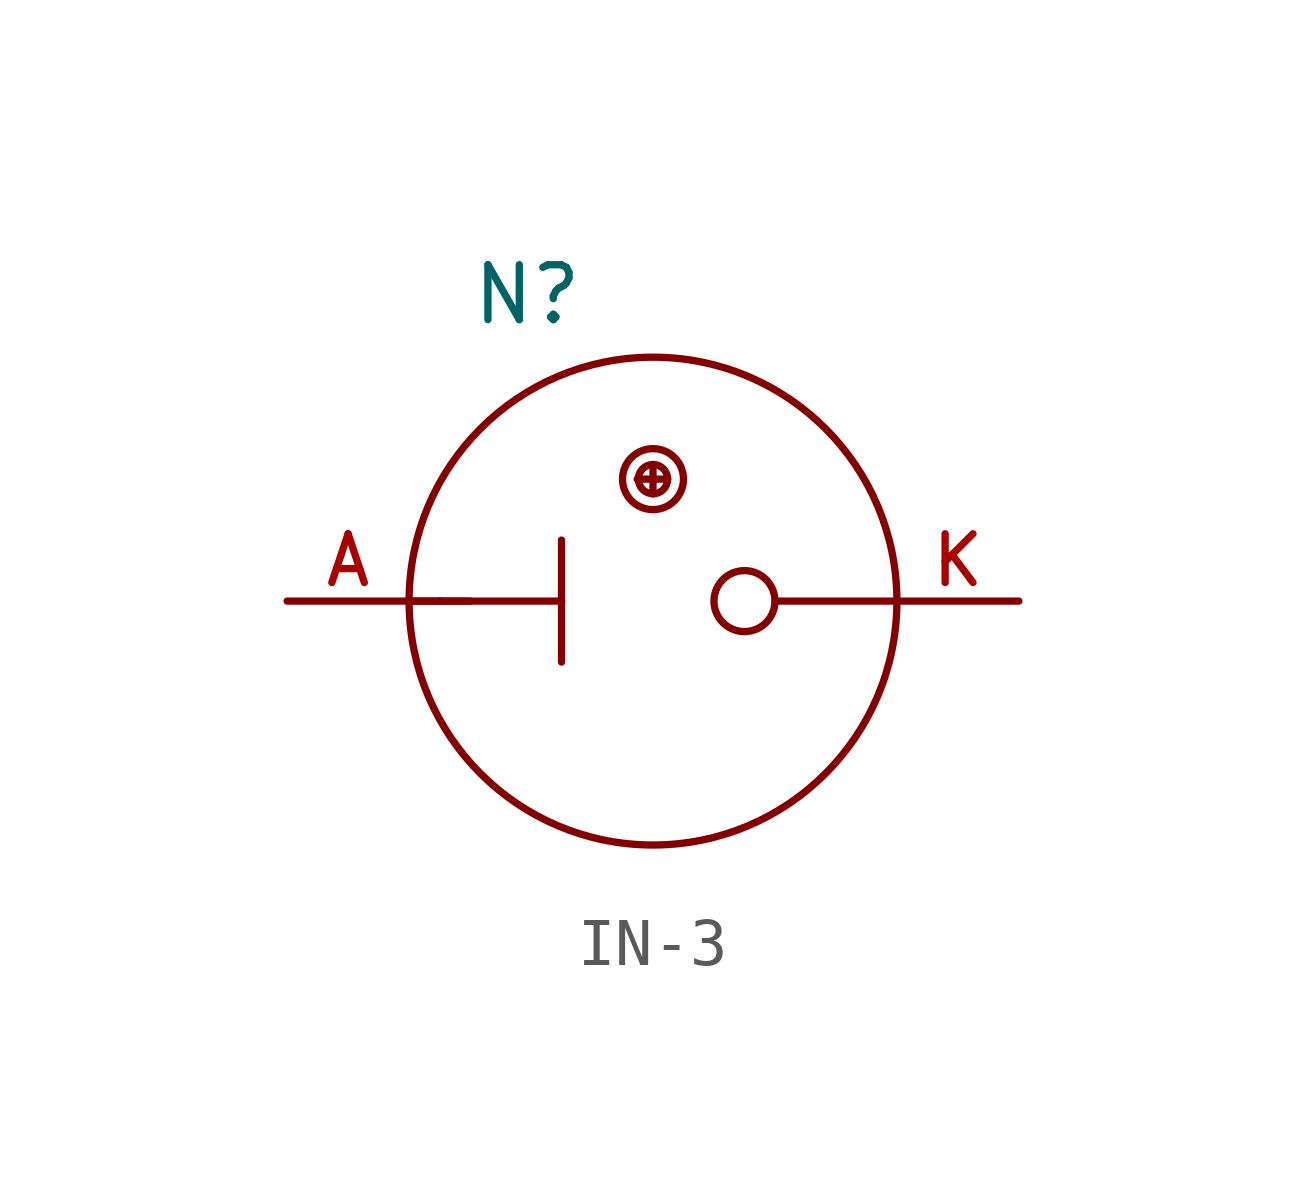
<source format=kicad_sym>
(kicad_symbol_lib
  (version 20231120)
  (generator "kicad_symbol_editor")
  (generator_version "8.0")
  (symbol "IN-3"
    (pin_names
      (offset 1.016) hide)
    (property "Reference" "N"
      (at 1.27 3.175 0)
      (effects (font (size 1.143 1.143)) (justify left bottom)))
    (symbol "IN-3_1_0"
      (polyline (pts (xy 0 -2.54) (xy 0.635 -2.54)) (stroke (width 0) (type solid)) (fill (type none)))
      (polyline (pts (xy 0.635 -2.54) (xy 0 -2.54)) (stroke (width 0) (type solid)) (fill (type none)))
      (polyline (pts (xy 0.635 -2.54) (xy 3.175 -2.54)) (stroke (width 0) (type solid)) (fill (type none)))
      (polyline (pts (xy 1.27 -2.54) (xy 0.635 -2.54)) (stroke (width 0) (type solid)) (fill (type none)))
      (polyline (pts (xy 3.175 -2.54) (xy 3.175 -3.81)) (stroke (width 0) (type solid)) (fill (type none)))
      (polyline (pts (xy 3.175 -2.54) (xy 3.175 -1.27)) (stroke (width 0) (type solid)) (fill (type none)))
      (polyline (pts (xy 4.75 0) (xy 5.08 0)) (stroke (width 0) (type solid)) (fill (type none)))
      (polyline (pts (xy 5.08 0) (xy 5.08 -0.305)) (stroke (width 0) (type solid)) (fill (type none)))
      (polyline (pts (xy 5.08 0) (xy 5.08 0.305)) (stroke (width 0) (type solid)) (fill (type none)))
      (polyline (pts (xy 5.08 0) (xy 5.385 0)) (stroke (width 0) (type solid)) (fill (type none)))
      (polyline (pts (xy 10.16 -2.54) (xy 7.62 -2.54)) (stroke (width 0) (type solid)) (fill (type none))))
    (symbol "IN-3_1_1"
      (circle (center 5.08 -2.54) (radius 5.08) (stroke (width 0) (type solid)) (fill (type none)))
      (circle (center 5.08 0) (radius 0.305) (stroke (width 0) (type solid)) (fill (type none)))
      (circle (center 5.08 0) (radius 0.635) (stroke (width 0) (type solid)) (fill (type none)))
      (circle (center 6.985 -2.54) (radius 0.635) (stroke (width 0) (type solid)) (fill (type none)))
      (pin bidirectional line (at -2.54 -2.54 0) (length 2.54) (name "A" (effects (font (size 1.016 1.016)))) (number "A" (effects (font (size 1.016 1.016)))))
      (pin bidirectional line (at 12.7 -2.54 180) (length 2.54) (name "K" (effects (font (size 1.016 1.016)))) (number "K" (effects (font (size 1.016 1.016))))))))
</source>
